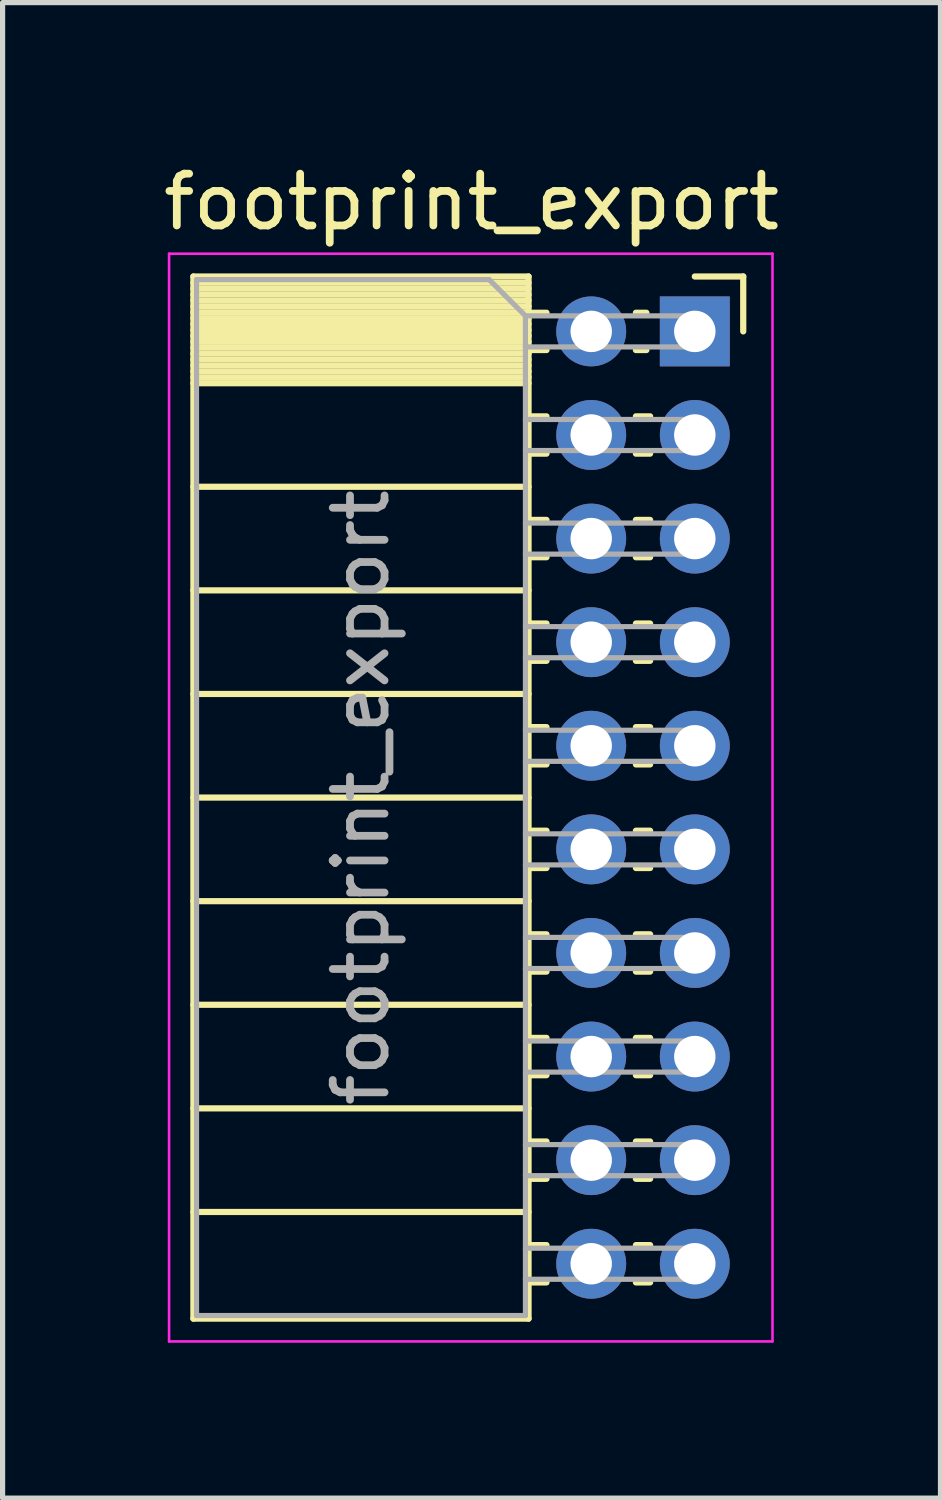
<source format=kicad_pcb>
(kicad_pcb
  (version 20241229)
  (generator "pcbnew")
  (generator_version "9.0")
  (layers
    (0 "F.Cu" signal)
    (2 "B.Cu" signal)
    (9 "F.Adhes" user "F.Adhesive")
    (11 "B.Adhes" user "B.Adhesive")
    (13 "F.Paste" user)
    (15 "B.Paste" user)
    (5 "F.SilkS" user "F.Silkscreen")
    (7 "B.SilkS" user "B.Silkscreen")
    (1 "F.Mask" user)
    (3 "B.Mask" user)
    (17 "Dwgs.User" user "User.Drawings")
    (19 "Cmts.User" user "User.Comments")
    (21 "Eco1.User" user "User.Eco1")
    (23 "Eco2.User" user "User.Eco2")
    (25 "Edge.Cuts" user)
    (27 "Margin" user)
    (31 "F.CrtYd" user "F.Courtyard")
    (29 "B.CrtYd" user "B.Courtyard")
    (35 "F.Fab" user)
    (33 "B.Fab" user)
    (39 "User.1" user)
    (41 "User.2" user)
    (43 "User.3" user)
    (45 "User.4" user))
  (footprint "footprint_export"
    (layer "F.Cu")
    (at 10.364 3.348)
    (property "Reference" "footprint_export" (at -4.31 -2.5 0) (layer "F.SilkS") (effects (font (size 1 1) (thickness 0.15))))
    (attr through_hole)
    (fp_line (start -9.68 -1.06) (end -9.68 19.06) (stroke (width 0.12) (type solid)) (layer "F.SilkS"))
    (fp_line (start -9.68 -1.06) (end -3.21 -1.06) (stroke (width 0.12) (type solid)) (layer "F.SilkS"))
    (fp_line (start -9.68 -0.94) (end -3.21 -0.94) (stroke (width 0.12) (type solid)) (layer "F.SilkS"))
    (fp_line (start -9.68 -0.826) (end -3.21 -0.826) (stroke (width 0.12) (type solid)) (layer "F.SilkS"))
    (fp_line (start -9.68 -0.712) (end -3.21 -0.712) (stroke (width 0.12) (type solid)) (layer "F.SilkS"))
    (fp_line (start -9.68 -0.598) (end -3.21 -0.598) (stroke (width 0.12) (type solid)) (layer "F.SilkS"))
    (fp_line (start -9.68 -0.484) (end -3.21 -0.484) (stroke (width 0.12) (type solid)) (layer "F.SilkS"))
    (fp_line (start -9.68 -0.369) (end -3.21 -0.369) (stroke (width 0.12) (type solid)) (layer "F.SilkS"))
    (fp_line (start -9.68 -0.255) (end -3.21 -0.255) (stroke (width 0.12) (type solid)) (layer "F.SilkS"))
    (fp_line (start -9.68 -0.141) (end -3.21 -0.141) (stroke (width 0.12) (type solid)) (layer "F.SilkS"))
    (fp_line (start -9.68 -0.027) (end -3.21 -0.027) (stroke (width 0.12) (type solid)) (layer "F.SilkS"))
    (fp_line (start -9.68 0.087) (end -3.21 0.087) (stroke (width 0.12) (type solid)) (layer "F.SilkS"))
    (fp_line (start -9.68 0.201) (end -3.21 0.201) (stroke (width 0.12) (type solid)) (layer "F.SilkS"))
    (fp_line (start -9.68 0.315) (end -3.21 0.315) (stroke (width 0.12) (type solid)) (layer "F.SilkS"))
    (fp_line (start -9.68 0.429) (end -3.21 0.429) (stroke (width 0.12) (type solid)) (layer "F.SilkS"))
    (fp_line (start -9.68 0.544) (end -3.21 0.544) (stroke (width 0.12) (type solid)) (layer "F.SilkS"))
    (fp_line (start -9.68 0.658) (end -3.21 0.658) (stroke (width 0.12) (type solid)) (layer "F.SilkS"))
    (fp_line (start -9.68 0.772) (end -3.21 0.772) (stroke (width 0.12) (type solid)) (layer "F.SilkS"))
    (fp_line (start -9.68 0.886) (end -3.21 0.886) (stroke (width 0.12) (type solid)) (layer "F.SilkS"))
    (fp_line (start -9.68 1) (end -3.21 1) (stroke (width 0.12) (type solid)) (layer "F.SilkS"))
    (fp_line (start -9.68 3) (end -3.21 3) (stroke (width 0.12) (type solid)) (layer "F.SilkS"))
    (fp_line (start -9.68 5) (end -3.21 5) (stroke (width 0.12) (type solid)) (layer "F.SilkS"))
    (fp_line (start -9.68 7) (end -3.21 7) (stroke (width 0.12) (type solid)) (layer "F.SilkS"))
    (fp_line (start -9.68 9) (end -3.21 9) (stroke (width 0.12) (type solid)) (layer "F.SilkS"))
    (fp_line (start -9.68 11) (end -3.21 11) (stroke (width 0.12) (type solid)) (layer "F.SilkS"))
    (fp_line (start -9.68 13) (end -3.21 13) (stroke (width 0.12) (type solid)) (layer "F.SilkS"))
    (fp_line (start -9.68 15) (end -3.21 15) (stroke (width 0.12) (type solid)) (layer "F.SilkS"))
    (fp_line (start -9.68 17) (end -3.21 17) (stroke (width 0.12) (type solid)) (layer "F.SilkS"))
    (fp_line (start -9.68 19.06) (end -3.21 19.06) (stroke (width 0.12) (type solid)) (layer "F.SilkS"))
    (fp_line (start -3.21 -1.06) (end -3.21 19.06) (stroke (width 0.12) (type solid)) (layer "F.SilkS"))
    (fp_line (start -3.21 -0.36) (end -2.863 -0.36) (stroke (width 0.12) (type solid)) (layer "F.SilkS"))
    (fp_line (start -3.21 0.36) (end -2.863 0.36) (stroke (width 0.12) (type solid)) (layer "F.SilkS"))
    (fp_line (start -3.21 1.64) (end -2.863 1.64) (stroke (width 0.12) (type solid)) (layer "F.SilkS"))
    (fp_line (start -3.21 2.36) (end -2.863 2.36) (stroke (width 0.12) (type solid)) (layer "F.SilkS"))
    (fp_line (start -3.21 3.64) (end -2.863 3.64) (stroke (width 0.12) (type solid)) (layer "F.SilkS"))
    (fp_line (start -3.21 4.36) (end -2.863 4.36) (stroke (width 0.12) (type solid)) (layer "F.SilkS"))
    (fp_line (start -3.21 5.64) (end -2.863 5.64) (stroke (width 0.12) (type solid)) (layer "F.SilkS"))
    (fp_line (start -3.21 6.36) (end -2.863 6.36) (stroke (width 0.12) (type solid)) (layer "F.SilkS"))
    (fp_line (start -3.21 7.64) (end -2.863 7.64) (stroke (width 0.12) (type solid)) (layer "F.SilkS"))
    (fp_line (start -3.21 8.36) (end -2.863 8.36) (stroke (width 0.12) (type solid)) (layer "F.SilkS"))
    (fp_line (start -3.21 9.64) (end -2.863 9.64) (stroke (width 0.12) (type solid)) (layer "F.SilkS"))
    (fp_line (start -3.21 10.36) (end -2.863 10.36) (stroke (width 0.12) (type solid)) (layer "F.SilkS"))
    (fp_line (start -3.21 11.64) (end -2.863 11.64) (stroke (width 0.12) (type solid)) (layer "F.SilkS"))
    (fp_line (start -3.21 12.36) (end -2.863 12.36) (stroke (width 0.12) (type solid)) (layer "F.SilkS"))
    (fp_line (start -3.21 13.64) (end -2.863 13.64) (stroke (width 0.12) (type solid)) (layer "F.SilkS"))
    (fp_line (start -3.21 14.36) (end -2.863 14.36) (stroke (width 0.12) (type solid)) (layer "F.SilkS"))
    (fp_line (start -3.21 15.64) (end -2.863 15.64) (stroke (width 0.12) (type solid)) (layer "F.SilkS"))
    (fp_line (start -3.21 16.36) (end -2.863 16.36) (stroke (width 0.12) (type solid)) (layer "F.SilkS"))
    (fp_line (start -3.21 17.64) (end -2.863 17.64) (stroke (width 0.12) (type solid)) (layer "F.SilkS"))
    (fp_line (start -3.21 18.36) (end -2.863 18.36) (stroke (width 0.12) (type solid)) (layer "F.SilkS"))
    (fp_line (start -1.137 -0.36) (end -0.935 -0.36) (stroke (width 0.12) (type solid)) (layer "F.SilkS"))
    (fp_line (start -1.137 0.36) (end -0.935 0.36) (stroke (width 0.12) (type solid)) (layer "F.SilkS"))
    (fp_line (start -1.137 1.64) (end -0.863 1.64) (stroke (width 0.12) (type solid)) (layer "F.SilkS"))
    (fp_line (start -1.137 2.36) (end -0.863 2.36) (stroke (width 0.12) (type solid)) (layer "F.SilkS"))
    (fp_line (start -1.137 3.64) (end -0.863 3.64) (stroke (width 0.12) (type solid)) (layer "F.SilkS"))
    (fp_line (start -1.137 4.36) (end -0.863 4.36) (stroke (width 0.12) (type solid)) (layer "F.SilkS"))
    (fp_line (start -1.137 5.64) (end -0.863 5.64) (stroke (width 0.12) (type solid)) (layer "F.SilkS"))
    (fp_line (start -1.137 6.36) (end -0.863 6.36) (stroke (width 0.12) (type solid)) (layer "F.SilkS"))
    (fp_line (start -1.137 7.64) (end -0.863 7.64) (stroke (width 0.12) (type solid)) (layer "F.SilkS"))
    (fp_line (start -1.137 8.36) (end -0.863 8.36) (stroke (width 0.12) (type solid)) (layer "F.SilkS"))
    (fp_line (start -1.137 9.64) (end -0.863 9.64) (stroke (width 0.12) (type solid)) (layer "F.SilkS"))
    (fp_line (start -1.137 10.36) (end -0.863 10.36) (stroke (width 0.12) (type solid)) (layer "F.SilkS"))
    (fp_line (start -1.137 11.64) (end -0.863 11.64) (stroke (width 0.12) (type solid)) (layer "F.SilkS"))
    (fp_line (start -1.137 12.36) (end -0.863 12.36) (stroke (width 0.12) (type solid)) (layer "F.SilkS"))
    (fp_line (start -1.137 13.64) (end -0.863 13.64) (stroke (width 0.12) (type solid)) (layer "F.SilkS"))
    (fp_line (start -1.137 14.36) (end -0.863 14.36) (stroke (width 0.12) (type solid)) (layer "F.SilkS"))
    (fp_line (start -1.137 15.64) (end -0.863 15.64) (stroke (width 0.12) (type solid)) (layer "F.SilkS"))
    (fp_line (start -1.137 16.36) (end -0.863 16.36) (stroke (width 0.12) (type solid)) (layer "F.SilkS"))
    (fp_line (start -1.137 17.64) (end -0.863 17.64) (stroke (width 0.12) (type solid)) (layer "F.SilkS"))
    (fp_line (start -1.137 18.36) (end -0.863 18.36) (stroke (width 0.12) (type solid)) (layer "F.SilkS"))
    (fp_line (start 0 -1.06) (end 0.935 -1.06) (stroke (width 0.12) (type solid)) (layer "F.SilkS"))
    (fp_line (start 0.935 -1.06) (end 0.935 0) (stroke (width 0.12) (type solid)) (layer "F.SilkS"))
    (fp_line (start -10.15 -1.5) (end -10.15 19.5) (stroke (width 0.05) (type solid)) (layer "F.CrtYd"))
    (fp_line (start -10.15 19.5) (end 1.5 19.5) (stroke (width 0.05) (type solid)) (layer "F.CrtYd"))
    (fp_line (start 1.5 -1.5) (end -10.15 -1.5) (stroke (width 0.05) (type solid)) (layer "F.CrtYd"))
    (fp_line (start 1.5 19.5) (end 1.5 -1.5) (stroke (width 0.05) (type solid)) (layer "F.CrtYd"))
    (fp_line (start -9.62 -1) (end -3.97 -1) (stroke (width 0.1) (type solid)) (layer "F.Fab"))
    (fp_line (start -9.62 19) (end -9.62 -1) (stroke (width 0.1) (type solid)) (layer "F.Fab"))
    (fp_line (start -3.97 -1) (end -3.27 -0.3) (stroke (width 0.1) (type solid)) (layer "F.Fab"))
    (fp_line (start -3.27 -0.3) (end -3.27 19) (stroke (width 0.1) (type solid)) (layer "F.Fab"))
    (fp_line (start -3.27 0.3) (end 0 0.3) (stroke (width 0.1) (type solid)) (layer "F.Fab"))
    (fp_line (start -3.27 2.3) (end 0 2.3) (stroke (width 0.1) (type solid)) (layer "F.Fab"))
    (fp_line (start -3.27 4.3) (end 0 4.3) (stroke (width 0.1) (type solid)) (layer "F.Fab"))
    (fp_line (start -3.27 6.3) (end 0 6.3) (stroke (width 0.1) (type solid)) (layer "F.Fab"))
    (fp_line (start -3.27 8.3) (end 0 8.3) (stroke (width 0.1) (type solid)) (layer "F.Fab"))
    (fp_line (start -3.27 10.3) (end 0 10.3) (stroke (width 0.1) (type solid)) (layer "F.Fab"))
    (fp_line (start -3.27 12.3) (end 0 12.3) (stroke (width 0.1) (type solid)) (layer "F.Fab"))
    (fp_line (start -3.27 14.3) (end 0 14.3) (stroke (width 0.1) (type solid)) (layer "F.Fab"))
    (fp_line (start -3.27 16.3) (end 0 16.3) (stroke (width 0.1) (type solid)) (layer "F.Fab"))
    (fp_line (start -3.27 18.3) (end 0 18.3) (stroke (width 0.1) (type solid)) (layer "F.Fab"))
    (fp_line (start -3.27 19) (end -9.62 19) (stroke (width 0.1) (type solid)) (layer "F.Fab"))
    (fp_line (start 0 -0.3) (end -3.27 -0.3) (stroke (width 0.1) (type solid)) (layer "F.Fab"))
    (fp_line (start 0 0.3) (end 0 -0.3) (stroke (width 0.1) (type solid)) (layer "F.Fab"))
    (fp_line (start 0 1.7) (end -3.27 1.7) (stroke (width 0.1) (type solid)) (layer "F.Fab"))
    (fp_line (start 0 2.3) (end 0 1.7) (stroke (width 0.1) (type solid)) (layer "F.Fab"))
    (fp_line (start 0 3.7) (end -3.27 3.7) (stroke (width 0.1) (type solid)) (layer "F.Fab"))
    (fp_line (start 0 4.3) (end 0 3.7) (stroke (width 0.1) (type solid)) (layer "F.Fab"))
    (fp_line (start 0 5.7) (end -3.27 5.7) (stroke (width 0.1) (type solid)) (layer "F.Fab"))
    (fp_line (start 0 6.3) (end 0 5.7) (stroke (width 0.1) (type solid)) (layer "F.Fab"))
    (fp_line (start 0 7.7) (end -3.27 7.7) (stroke (width 0.1) (type solid)) (layer "F.Fab"))
    (fp_line (start 0 8.3) (end 0 7.7) (stroke (width 0.1) (type solid)) (layer "F.Fab"))
    (fp_line (start 0 9.7) (end -3.27 9.7) (stroke (width 0.1) (type solid)) (layer "F.Fab"))
    (fp_line (start 0 10.3) (end 0 9.7) (stroke (width 0.1) (type solid)) (layer "F.Fab"))
    (fp_line (start 0 11.7) (end -3.27 11.7) (stroke (width 0.1) (type solid)) (layer "F.Fab"))
    (fp_line (start 0 12.3) (end 0 11.7) (stroke (width 0.1) (type solid)) (layer "F.Fab"))
    (fp_line (start 0 13.7) (end -3.27 13.7) (stroke (width 0.1) (type solid)) (layer "F.Fab"))
    (fp_line (start 0 14.3) (end 0 13.7) (stroke (width 0.1) (type solid)) (layer "F.Fab"))
    (fp_line (start 0 15.7) (end -3.27 15.7) (stroke (width 0.1) (type solid)) (layer "F.Fab"))
    (fp_line (start 0 16.3) (end 0 15.7) (stroke (width 0.1) (type solid)) (layer "F.Fab"))
    (fp_line (start 0 17.7) (end -3.27 17.7) (stroke (width 0.1) (type solid)) (layer "F.Fab"))
    (fp_line (start 0 18.3) (end 0 17.7) (stroke (width 0.1) (type solid)) (layer "F.Fab"))
    (fp_text user "${REFERENCE}" (at -6.445 9 90) (layer "F.Fab") (effects (font (size 1 1) (thickness 0.15))))
    (pad "1" thru_hole rect (at 0 0) (size 1.35 1.35) (drill 0.8) (layers "*.Cu" "*.Mask"))
    (pad "2" thru_hole oval (at -2 0) (size 1.35 1.35) (drill 0.8) (layers "*.Cu" "*.Mask"))
    (pad "3" thru_hole oval (at 0 2) (size 1.35 1.35) (drill 0.8) (layers "*.Cu" "*.Mask"))
    (pad "4" thru_hole oval (at -2 2) (size 1.35 1.35) (drill 0.8) (layers "*.Cu" "*.Mask"))
    (pad "5" thru_hole oval (at 0 4) (size 1.35 1.35) (drill 0.8) (layers "*.Cu" "*.Mask"))
    (pad "6" thru_hole oval (at -2 4) (size 1.35 1.35) (drill 0.8) (layers "*.Cu" "*.Mask"))
    (pad "7" thru_hole oval (at 0 6) (size 1.35 1.35) (drill 0.8) (layers "*.Cu" "*.Mask"))
    (pad "8" thru_hole oval (at -2 6) (size 1.35 1.35) (drill 0.8) (layers "*.Cu" "*.Mask"))
    (pad "9" thru_hole oval (at 0 8) (size 1.35 1.35) (drill 0.8) (layers "*.Cu" "*.Mask"))
    (pad "10" thru_hole oval (at -2 8) (size 1.35 1.35) (drill 0.8) (layers "*.Cu" "*.Mask"))
    (pad "11" thru_hole oval (at 0 10) (size 1.35 1.35) (drill 0.8) (layers "*.Cu" "*.Mask"))
    (pad "12" thru_hole oval (at -2 10) (size 1.35 1.35) (drill 0.8) (layers "*.Cu" "*.Mask"))
    (pad "13" thru_hole oval (at 0 12) (size 1.35 1.35) (drill 0.8) (layers "*.Cu" "*.Mask"))
    (pad "14" thru_hole oval (at -2 12) (size 1.35 1.35) (drill 0.8) (layers "*.Cu" "*.Mask"))
    (pad "15" thru_hole oval (at 0 14) (size 1.35 1.35) (drill 0.8) (layers "*.Cu" "*.Mask"))
    (pad "16" thru_hole oval (at -2 14) (size 1.35 1.35) (drill 0.8) (layers "*.Cu" "*.Mask"))
    (pad "17" thru_hole oval (at 0 16) (size 1.35 1.35) (drill 0.8) (layers "*.Cu" "*.Mask"))
    (pad "18" thru_hole oval (at -2 16) (size 1.35 1.35) (drill 0.8) (layers "*.Cu" "*.Mask"))
    (pad "19" thru_hole oval (at 0 18) (size 1.35 1.35) (drill 0.8) (layers "*.Cu" "*.Mask"))
    (pad "20" thru_hole oval (at -2 18) (size 1.35 1.35) (drill 0.8) (layers "*.Cu" "*.Mask")))
  (gr_rect
    (start -3 -3)
    (end 15.107 25.873)
    (stroke (width 0.1) (type default))
    (fill no)
    (layer "Edge.Cuts")))
</source>
